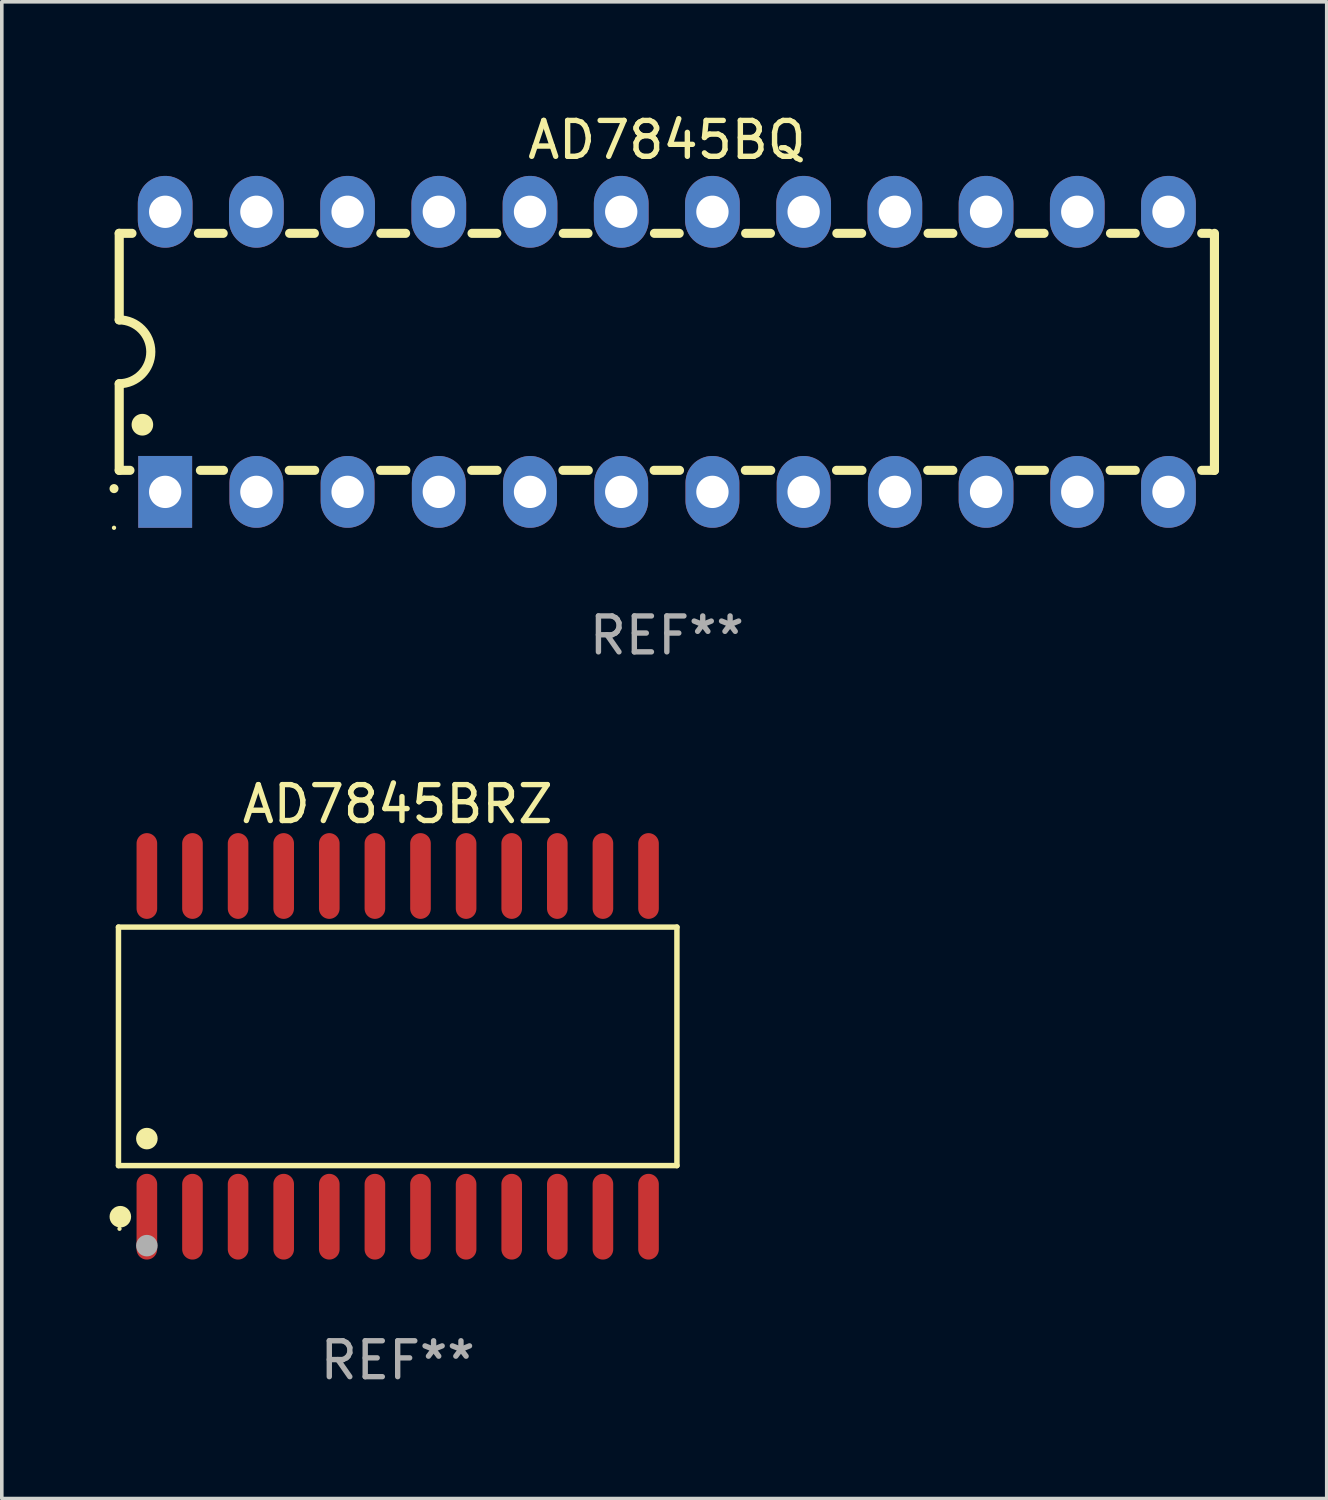
<source format=kicad_pcb>
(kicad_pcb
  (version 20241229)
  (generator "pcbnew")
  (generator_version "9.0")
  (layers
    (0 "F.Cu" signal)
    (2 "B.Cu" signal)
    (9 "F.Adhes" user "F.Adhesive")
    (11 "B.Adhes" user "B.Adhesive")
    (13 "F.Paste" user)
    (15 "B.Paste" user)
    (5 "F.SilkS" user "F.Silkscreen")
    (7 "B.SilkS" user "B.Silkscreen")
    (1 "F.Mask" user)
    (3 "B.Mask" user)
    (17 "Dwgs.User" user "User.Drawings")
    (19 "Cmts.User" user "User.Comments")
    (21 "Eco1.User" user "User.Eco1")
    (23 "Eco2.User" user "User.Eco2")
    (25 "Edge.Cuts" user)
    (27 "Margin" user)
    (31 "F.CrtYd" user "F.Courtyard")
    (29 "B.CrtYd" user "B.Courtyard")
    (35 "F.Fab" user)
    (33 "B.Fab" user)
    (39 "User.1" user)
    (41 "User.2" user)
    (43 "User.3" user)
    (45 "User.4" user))
  (footprint "AD7845BRZ"
    (layer "F.Cu")
    (at 8.025 26.089)
    (property "Reference" "AD7845BRZ" (at 0 -6.744 0) (layer "F.SilkS") (effects (font (size 1 1) (thickness 0.15))))
    (attr through_hole)
    (fp_line (start -7.776 -3.321) (end 7.776 -3.321) (stroke (width 0.152) (type solid)) (layer "F.SilkS"))
    (fp_line (start -7.776 3.321) (end -7.776 -3.321) (stroke (width 0.152) (type solid)) (layer "F.SilkS"))
    (fp_line (start 7.776 -3.321) (end 7.776 3.321) (stroke (width 0.152) (type solid)) (layer "F.SilkS"))
    (fp_line (start 7.776 3.321) (end -7.776 3.321) (stroke (width 0.152) (type solid)) (layer "F.SilkS"))
    (fp_circle (center -7.747 5.08) (end -7.717 5.08) (stroke (width 0.06) (type solid)) (fill no) (layer "F.SilkS"))
    (fp_circle (center -7.724 4.744) (end -7.574 4.744) (stroke (width 0.3) (type solid)) (fill no) (layer "F.SilkS"))
    (fp_circle (center -6.985 2.569) (end -6.835 2.569) (stroke (width 0.3) (type solid)) (fill no) (layer "F.SilkS"))
    (fp_circle (center -6.985 5.55) (end -6.835 5.55) (stroke (width 0.3) (type solid)) (fill no) (layer "F.Fab"))
    (fp_text user "REF**" (at 0 8.744 0) (layer "F.Fab") (effects (font (size 1 1) (thickness 0.15))))
    (pad "1" smd oval (at -6.985 4.744) (size 0.574 2.388) (layers "F.Cu" "F.Mask" "F.Paste"))
    (pad "2" smd oval (at -5.715 4.744) (size 0.574 2.388) (layers "F.Cu" "F.Mask" "F.Paste"))
    (pad "3" smd oval (at -4.445 4.744) (size 0.574 2.388) (layers "F.Cu" "F.Mask" "F.Paste"))
    (pad "4" smd oval (at -3.175 4.744) (size 0.574 2.388) (layers "F.Cu" "F.Mask" "F.Paste"))
    (pad "5" smd oval (at -1.905 4.744) (size 0.574 2.388) (layers "F.Cu" "F.Mask" "F.Paste"))
    (pad "6" smd oval (at -0.635 4.744) (size 0.574 2.388) (layers "F.Cu" "F.Mask" "F.Paste"))
    (pad "7" smd oval (at 0.635 4.744) (size 0.574 2.388) (layers "F.Cu" "F.Mask" "F.Paste"))
    (pad "8" smd oval (at 1.905 4.744) (size 0.574 2.388) (layers "F.Cu" "F.Mask" "F.Paste"))
    (pad "9" smd oval (at 3.175 4.744) (size 0.574 2.388) (layers "F.Cu" "F.Mask" "F.Paste"))
    (pad "10" smd oval (at 4.445 4.744) (size 0.574 2.388) (layers "F.Cu" "F.Mask" "F.Paste"))
    (pad "11" smd oval (at 5.715 4.744) (size 0.574 2.388) (layers "F.Cu" "F.Mask" "F.Paste"))
    (pad "12" smd oval (at 6.985 4.744) (size 0.574 2.388) (layers "F.Cu" "F.Mask" "F.Paste"))
    (pad "13" smd oval (at 6.985 -4.744) (size 0.574 2.388) (layers "F.Cu" "F.Mask" "F.Paste"))
    (pad "14" smd oval (at 5.715 -4.744) (size 0.574 2.388) (layers "F.Cu" "F.Mask" "F.Paste"))
    (pad "15" smd oval (at 4.445 -4.744) (size 0.574 2.388) (layers "F.Cu" "F.Mask" "F.Paste"))
    (pad "16" smd oval (at 3.175 -4.744) (size 0.574 2.388) (layers "F.Cu" "F.Mask" "F.Paste"))
    (pad "17" smd oval (at 1.905 -4.744) (size 0.574 2.388) (layers "F.Cu" "F.Mask" "F.Paste"))
    (pad "18" smd oval (at 0.635 -4.744) (size 0.574 2.388) (layers "F.Cu" "F.Mask" "F.Paste"))
    (pad "19" smd oval (at -0.635 -4.744) (size 0.574 2.388) (layers "F.Cu" "F.Mask" "F.Paste"))
    (pad "20" smd oval (at -1.905 -4.744) (size 0.574 2.388) (layers "F.Cu" "F.Mask" "F.Paste"))
    (pad "21" smd oval (at -3.175 -4.744) (size 0.574 2.388) (layers "F.Cu" "F.Mask" "F.Paste"))
    (pad "22" smd oval (at -4.445 -4.744) (size 0.574 2.388) (layers "F.Cu" "F.Mask" "F.Paste"))
    (pad "23" smd oval (at -5.715 -4.744) (size 0.574 2.388) (layers "F.Cu" "F.Mask" "F.Paste"))
    (pad "24" smd oval (at -6.985 -4.744) (size 0.574 2.388) (layers "F.Cu" "F.Mask" "F.Paste")))
  (footprint "AD7845BQ"
    (layer "F.Cu")
    (at 15.52 6.748)
    (property "Reference" "AD7845BQ" (at 0 -5.9 0) (layer "F.SilkS") (effects (font (size 1 1) (thickness 0.15))))
    (attr through_hole)
    (fp_line (start -15.25 -3.3) (end -15.25 -0.889) (stroke (width 0.254) (type solid)) (layer "F.SilkS"))
    (fp_line (start -15.25 -3.3) (end -14.895 -3.3) (stroke (width 0.254) (type solid)) (layer "F.SilkS"))
    (fp_line (start -15.25 3.3) (end -15.25 0.889) (stroke (width 0.254) (type solid)) (layer "F.SilkS"))
    (fp_line (start -15.25 3.3) (end -14.951 3.3) (stroke (width 0.254) (type solid)) (layer "F.SilkS"))
    (fp_line (start -13.045 -3.3) (end -12.355 -3.3) (stroke (width 0.254) (type solid)) (layer "F.SilkS"))
    (fp_line (start -12.989 3.3) (end -12.347 3.3) (stroke (width 0.254) (type solid)) (layer "F.SilkS"))
    (fp_line (start -10.514 3.3) (end -9.807 3.3) (stroke (width 0.254) (type solid)) (layer "F.SilkS"))
    (fp_line (start -10.505 -3.3) (end -9.815 -3.3) (stroke (width 0.254) (type solid)) (layer "F.SilkS"))
    (fp_line (start -7.974 3.3) (end -7.267 3.3) (stroke (width 0.254) (type solid)) (layer "F.SilkS"))
    (fp_line (start -7.965 -3.3) (end -7.275 -3.3) (stroke (width 0.254) (type solid)) (layer "F.SilkS"))
    (fp_line (start -5.434 3.3) (end -4.727 3.3) (stroke (width 0.254) (type solid)) (layer "F.SilkS"))
    (fp_line (start -5.425 -3.3) (end -4.735 -3.3) (stroke (width 0.254) (type solid)) (layer "F.SilkS"))
    (fp_line (start -2.894 3.3) (end -2.187 3.3) (stroke (width 0.254) (type solid)) (layer "F.SilkS"))
    (fp_line (start -2.885 -3.3) (end -2.195 -3.3) (stroke (width 0.254) (type solid)) (layer "F.SilkS"))
    (fp_line (start -0.354 3.3) (end 0.353 3.3) (stroke (width 0.254) (type solid)) (layer "F.SilkS"))
    (fp_line (start -0.345 -3.3) (end 0.345 -3.3) (stroke (width 0.254) (type solid)) (layer "F.SilkS"))
    (fp_line (start 2.186 3.3) (end 2.893 3.3) (stroke (width 0.254) (type solid)) (layer "F.SilkS"))
    (fp_line (start 2.195 -3.3) (end 2.885 -3.3) (stroke (width 0.254) (type solid)) (layer "F.SilkS"))
    (fp_line (start 4.726 3.3) (end 5.434 3.3) (stroke (width 0.254) (type solid)) (layer "F.SilkS"))
    (fp_line (start 4.735 -3.3) (end 5.425 -3.3) (stroke (width 0.254) (type solid)) (layer "F.SilkS"))
    (fp_line (start 7.266 3.3) (end 7.965 3.3) (stroke (width 0.254) (type solid)) (layer "F.SilkS"))
    (fp_line (start 7.275 -3.3) (end 7.965 -3.3) (stroke (width 0.254) (type solid)) (layer "F.SilkS"))
    (fp_line (start 9.815 -3.3) (end 10.505 -3.3) (stroke (width 0.254) (type solid)) (layer "F.SilkS"))
    (fp_line (start 9.815 3.3) (end 10.514 3.3) (stroke (width 0.254) (type solid)) (layer "F.SilkS"))
    (fp_line (start 12.346 3.3) (end 13.045 3.3) (stroke (width 0.254) (type solid)) (layer "F.SilkS"))
    (fp_line (start 12.355 -3.3) (end 13.045 -3.3) (stroke (width 0.254) (type solid)) (layer "F.SilkS"))
    (fp_line (start 14.895 -3.3) (end 15.113 -3.3) (stroke (width 0.254) (type solid)) (layer "F.SilkS"))
    (fp_line (start 14.895 3.3) (end 15.25 3.3) (stroke (width 0.254) (type solid)) (layer "F.SilkS"))
    (fp_line (start 15.25 -3.3) (end 15.25 3.3) (stroke (width 0.254) (type solid)) (layer "F.SilkS"))
    (fp_arc (start -15.394971 3.810033) (mid -15.394978 3.808763) (end -15.394971 3.807493) (stroke (width 0.25) (type solid)) (layer "F.SilkS"))
    (fp_arc (start -15.251053 -0.890146) (mid -14.361467 -0.001067) (end -15.250038 0.889027) (stroke (width 0.254001) (type solid)) (layer "F.SilkS"))
    (fp_arc (start -14.605029 2.032029) (mid -14.60504 2.029489) (end -14.605029 2.026949) (stroke (width 0.6) (type solid)) (layer "F.SilkS"))
    (fp_circle (center -15.395 4.9) (end -15.365 4.9) (stroke (width 0.06) (type solid)) (fill no) (layer "F.SilkS"))
    (fp_text user "REF**" (at 0 7.9 0) (layer "F.Fab") (effects (font (size 1 1) (thickness 0.15))))
    (pad "1" thru_hole rect (at -13.97 3.9 90) (size 2 1.5) (drill 0.9) (layers "*.Cu" "*.Mask"))
    (pad "2" thru_hole oval (at -11.43 3.9 90) (size 2 1.5) (drill 0.9) (layers "*.Cu" "*.Mask"))
    (pad "3" thru_hole oval (at -8.89 3.9 90) (size 2 1.5) (drill 0.9) (layers "*.Cu" "*.Mask"))
    (pad "4" thru_hole oval (at -6.35 3.9 90) (size 2 1.5) (drill 0.9) (layers "*.Cu" "*.Mask"))
    (pad "5" thru_hole oval (at -3.81 3.9 90) (size 2 1.5) (drill 0.9) (layers "*.Cu" "*.Mask"))
    (pad "6" thru_hole oval (at -1.27 3.9 90) (size 2 1.5) (drill 0.9) (layers "*.Cu" "*.Mask"))
    (pad "7" thru_hole oval (at 1.27 3.9 90) (size 2 1.5) (drill 0.9) (layers "*.Cu" "*.Mask"))
    (pad "8" thru_hole oval (at 3.81 3.9 90) (size 2 1.5) (drill 0.9) (layers "*.Cu" "*.Mask"))
    (pad "9" thru_hole oval (at 6.35 3.9 90) (size 2 1.5) (drill 0.9) (layers "*.Cu" "*.Mask"))
    (pad "10" thru_hole oval (at 8.89 3.9 90) (size 2 1.524) (drill 0.9) (layers "*.Cu" "*.Mask"))
    (pad "11" thru_hole oval (at 11.43 3.9 90) (size 2 1.5) (drill 0.9) (layers "*.Cu" "*.Mask"))
    (pad "12" thru_hole oval (at 13.97 3.9 90) (size 2 1.524) (drill 0.9) (layers "*.Cu" "*.Mask"))
    (pad "13" thru_hole oval (at 13.97 -3.9 90) (size 2 1.524) (drill 0.9) (layers "*.Cu" "*.Mask"))
    (pad "14" thru_hole oval (at 11.43 -3.9 90) (size 2 1.524) (drill 0.9) (layers "*.Cu" "*.Mask"))
    (pad "15" thru_hole oval (at 8.89 -3.9 90) (size 2 1.524) (drill 0.9) (layers "*.Cu" "*.Mask"))
    (pad "16" thru_hole oval (at 6.35 -3.9 90) (size 2 1.524) (drill 0.9) (layers "*.Cu" "*.Mask"))
    (pad "17" thru_hole oval (at 3.81 -3.9 90) (size 2 1.524) (drill 0.9) (layers "*.Cu" "*.Mask"))
    (pad "18" thru_hole oval (at 1.27 -3.9 90) (size 2 1.524) (drill 0.9) (layers "*.Cu" "*.Mask"))
    (pad "19" thru_hole oval (at -1.27 -3.9 90) (size 2 1.524) (drill 0.9) (layers "*.Cu" "*.Mask"))
    (pad "20" thru_hole oval (at -3.81 -3.9 90) (size 2 1.524) (drill 0.9) (layers "*.Cu" "*.Mask"))
    (pad "21" thru_hole oval (at -6.35 -3.9 90) (size 2 1.524) (drill 0.9) (layers "*.Cu" "*.Mask"))
    (pad "22" thru_hole oval (at -8.89 -3.9 90) (size 2 1.524) (drill 0.9) (layers "*.Cu" "*.Mask"))
    (pad "23" thru_hole oval (at -11.43 -3.9 90) (size 2 1.524) (drill 0.9) (layers "*.Cu" "*.Mask"))
    (pad "24" thru_hole oval (at -13.97 -3.9 90) (size 2 1.524) (drill 0.9) (layers "*.Cu" "*.Mask")))
  (gr_rect
    (start -3 -3)
    (end 33.897 38.681)
    (stroke (width 0.1) (type default))
    (fill no)
    (layer "Edge.Cuts")))
</source>
